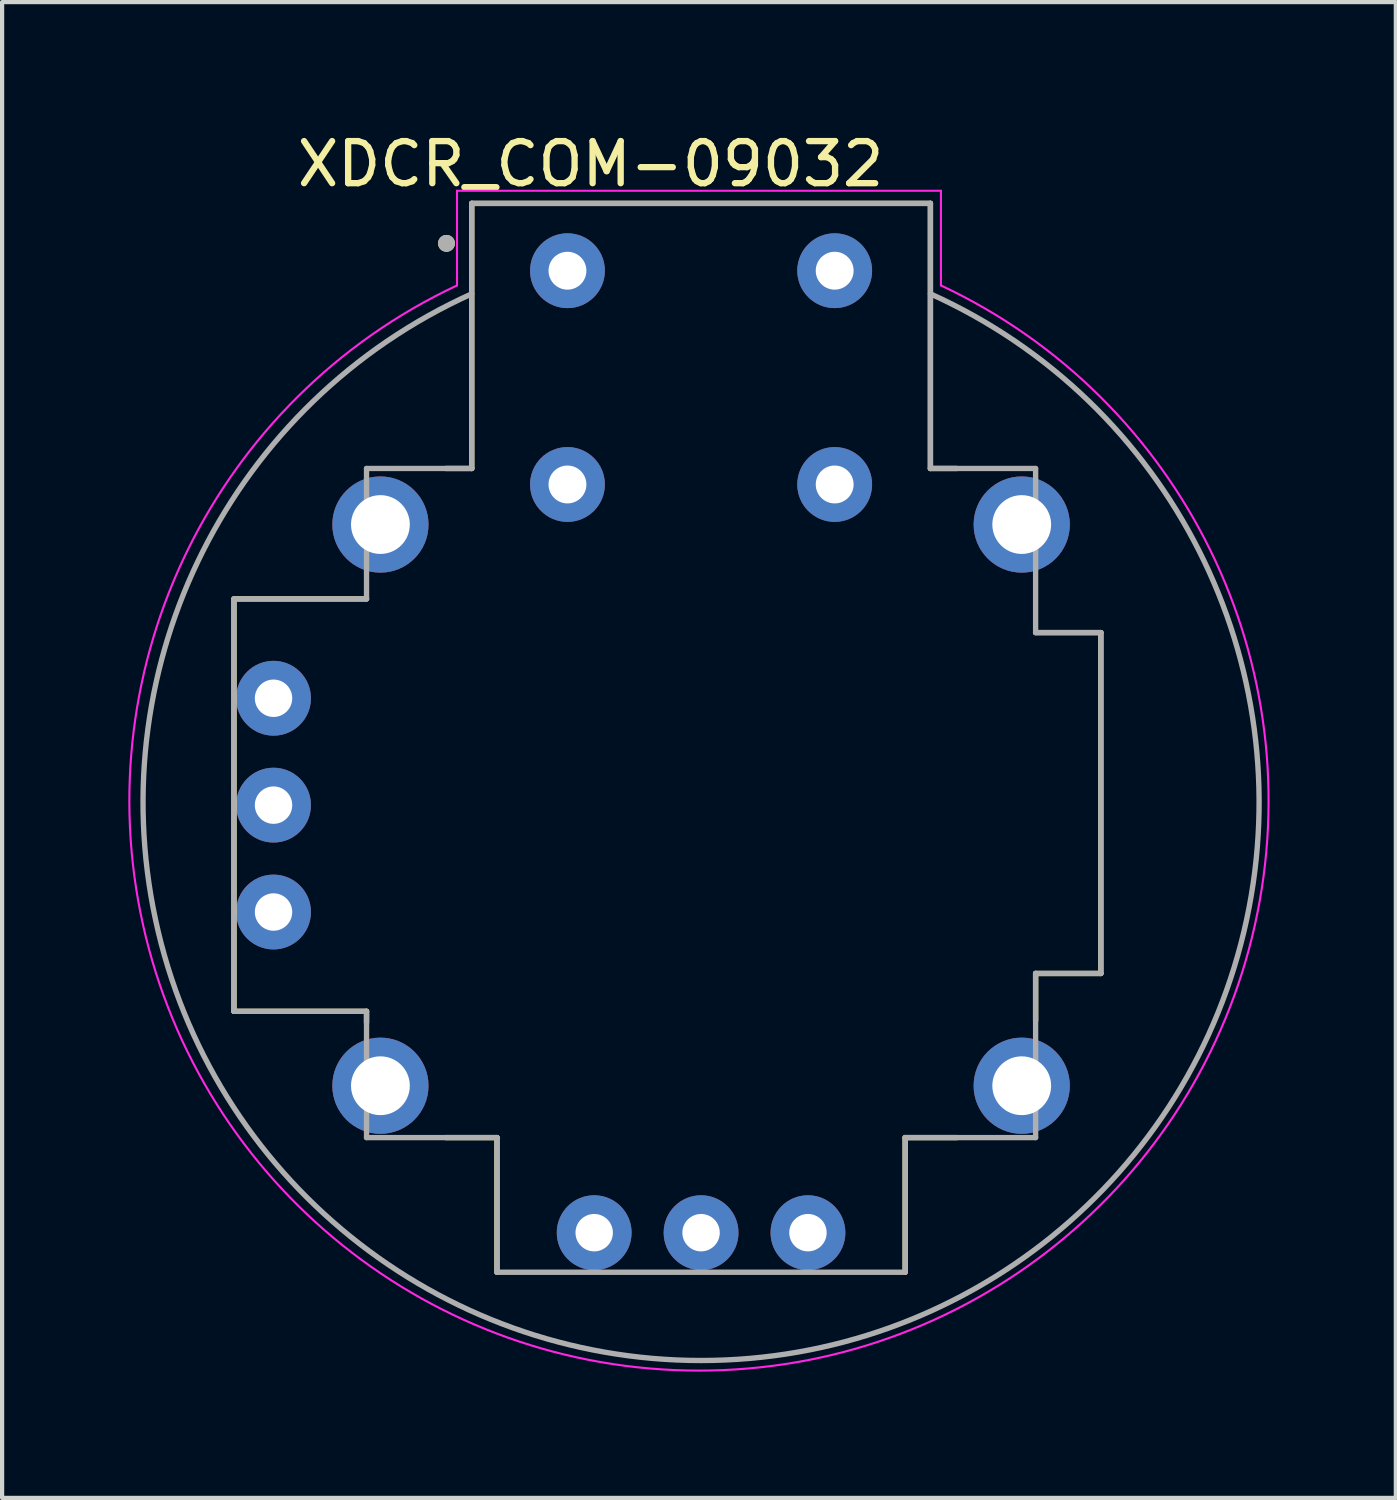
<source format=kicad_pcb>
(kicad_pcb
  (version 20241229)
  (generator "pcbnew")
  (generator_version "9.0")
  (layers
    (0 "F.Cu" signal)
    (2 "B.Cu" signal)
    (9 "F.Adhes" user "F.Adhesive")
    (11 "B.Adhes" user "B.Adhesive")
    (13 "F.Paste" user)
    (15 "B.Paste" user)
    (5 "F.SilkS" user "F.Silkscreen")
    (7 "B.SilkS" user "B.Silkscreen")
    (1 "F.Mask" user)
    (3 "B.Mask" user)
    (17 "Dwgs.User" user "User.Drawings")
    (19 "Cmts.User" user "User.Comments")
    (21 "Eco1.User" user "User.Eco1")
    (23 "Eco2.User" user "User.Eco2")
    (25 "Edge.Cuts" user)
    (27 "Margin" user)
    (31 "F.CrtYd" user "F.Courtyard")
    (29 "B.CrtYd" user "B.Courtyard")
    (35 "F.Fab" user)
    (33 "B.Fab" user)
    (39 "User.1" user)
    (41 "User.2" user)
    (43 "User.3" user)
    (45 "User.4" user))
  (footprint "XDCR_COM-09032"
    (layer "F.Cu")
    (at 13.61 16.083)
    (property "Reference" "XDCR_COM-09032" (at -2.625 -15.235 0) (layer "F.SilkS") (effects (font (size 1 1) (thickness 0.15))))
    (attr through_hole)
    (fp_line (start -11.1 -4.9) (end -7.95 -4.9) (stroke (width 0.127) (type solid)) (layer "F.SilkS"))
    (fp_line (start -11.1 4.9) (end -11.1 -4.9) (stroke (width 0.127) (type solid)) (layer "F.SilkS"))
    (fp_line (start -7.95 4.9) (end -11.1 4.9) (stroke (width 0.127) (type solid)) (layer "F.SilkS"))
    (fp_line (start -7.95 5.17) (end -7.95 4.9) (stroke (width 0.127) (type solid)) (layer "F.SilkS"))
    (fp_line (start -6.07 -8) (end -5.45 -8) (stroke (width 0.127) (type solid)) (layer "F.SilkS"))
    (fp_line (start -5.45 -14.3) (end 5.45 -14.3) (stroke (width 0.127) (type solid)) (layer "F.SilkS"))
    (fp_line (start -5.45 -8) (end -5.45 -14.3) (stroke (width 0.127) (type solid)) (layer "F.SilkS"))
    (fp_line (start -4.85 7.9) (end -6.07 7.9) (stroke (width 0.127) (type solid)) (layer "F.SilkS"))
    (fp_line (start -4.85 11.1) (end -4.85 7.9) (stroke (width 0.127) (type solid)) (layer "F.SilkS"))
    (fp_line (start 4.85 7.9) (end 4.85 11.1) (stroke (width 0.127) (type solid)) (layer "F.SilkS"))
    (fp_line (start 5.45 -14.3) (end 5.45 -8) (stroke (width 0.127) (type solid)) (layer "F.SilkS"))
    (fp_line (start 5.45 -8) (end 6.08 -8) (stroke (width 0.127) (type solid)) (layer "F.SilkS"))
    (fp_line (start 6.08 7.9) (end 4.85 7.9) (stroke (width 0.127) (type solid)) (layer "F.SilkS"))
    (fp_line (start 7.95 -4.1) (end 9.5 -4.1) (stroke (width 0.127) (type solid)) (layer "F.SilkS"))
    (fp_line (start 7.95 4) (end 7.95 5.12) (stroke (width 0.127) (type solid)) (layer "F.SilkS"))
    (fp_line (start 9.5 -4.1) (end 9.5 4) (stroke (width 0.127) (type solid)) (layer "F.SilkS"))
    (fp_line (start 9.5 4) (end 7.95 4) (stroke (width 0.127) (type solid)) (layer "F.SilkS"))
    (fp_circle (center -6.05 -13.35) (end -5.95 -13.35) (stroke (width 0.2) (type solid)) (fill no) (layer "F.SilkS"))
    (fp_line (start -5.8 -14.6) (end 5.7 -14.6) (stroke (width 0.05) (type solid)) (layer "F.CrtYd"))
    (fp_line (start -5.8 -12.35) (end -5.8 -14.6) (stroke (width 0.05) (type solid)) (layer "F.CrtYd"))
    (fp_line (start 5.7 -14.6) (end 5.7 -12.35) (stroke (width 0.05) (type solid)) (layer "F.CrtYd"))
    (fp_arc (start 5.7 -12.35) (mid -0.05 13.437438) (end -5.8 -12.35) (stroke (width 0.05) (type solid)) (layer "F.CrtYd"))
    (fp_line (start -11.1 -4.9) (end -11.1 4.9) (stroke (width 0.127) (type solid)) (layer "F.Fab"))
    (fp_line (start -7.95 -4.9) (end -11.1 -4.9) (stroke (width 0.127) (type solid)) (layer "F.Fab"))
    (fp_line (start -7.95 -4.9) (end -7.95 -8) (stroke (width 0.127) (type solid)) (layer "F.Fab"))
    (fp_line (start -7.95 4.9) (end -11.1 4.9) (stroke (width 0.127) (type solid)) (layer "F.Fab"))
    (fp_line (start -7.95 4.9) (end -7.95 7.9) (stroke (width 0.127) (type solid)) (layer "F.Fab"))
    (fp_line (start -5.45 -14.3) (end -5.45 -8) (stroke (width 0.127) (type solid)) (layer "F.Fab"))
    (fp_line (start -5.45 -8) (end -7.95 -8) (stroke (width 0.127) (type solid)) (layer "F.Fab"))
    (fp_line (start -4.85 7.9) (end -7.95 7.9) (stroke (width 0.127) (type solid)) (layer "F.Fab"))
    (fp_line (start -4.85 11.1) (end -4.85 7.9) (stroke (width 0.127) (type solid)) (layer "F.Fab"))
    (fp_line (start 4.85 7.9) (end 7.95 7.9) (stroke (width 0.127) (type solid)) (layer "F.Fab"))
    (fp_line (start 4.85 11.1) (end -4.85 11.1) (stroke (width 0.127) (type solid)) (layer "F.Fab"))
    (fp_line (start 4.85 11.1) (end 4.85 7.9) (stroke (width 0.127) (type solid)) (layer "F.Fab"))
    (fp_line (start 5.45 -14.3) (end -5.45 -14.3) (stroke (width 0.127) (type solid)) (layer "F.Fab"))
    (fp_line (start 5.45 -14.3) (end 5.45 -8) (stroke (width 0.127) (type solid)) (layer "F.Fab"))
    (fp_line (start 7.95 -8) (end 5.45 -8) (stroke (width 0.127) (type solid)) (layer "F.Fab"))
    (fp_line (start 7.95 -4.1) (end 7.95 -8) (stroke (width 0.127) (type solid)) (layer "F.Fab"))
    (fp_line (start 7.95 -4.1) (end 9.5 -4.1) (stroke (width 0.127) (type solid)) (layer "F.Fab"))
    (fp_line (start 7.95 4) (end 7.95 7.9) (stroke (width 0.127) (type solid)) (layer "F.Fab"))
    (fp_line (start 7.95 4) (end 9.5 4) (stroke (width 0.127) (type solid)) (layer "F.Fab"))
    (fp_line (start 9.5 -4.1) (end 9.5 4) (stroke (width 0.127) (type solid)) (layer "F.Fab"))
    (fp_arc (start 5.45 -12.15) (mid 0 13.197504) (end -5.45 -12.15) (stroke (width 0.127) (type solid)) (layer "F.Fab"))
    (fp_circle (center -6.05 -13.35) (end -5.95 -13.35) (stroke (width 0.2) (type solid)) (fill no) (layer "F.Fab"))
    (pad "B1A" thru_hole circle (at -3.175 -12.7) (size 1.778 1.778) (drill 0.9) (layers "*.Cu" "*.Mask"))
    (pad "B1B" thru_hole circle (at 3.175 -12.7) (size 1.778 1.778) (drill 0.9) (layers "*.Cu" "*.Mask"))
    (pad "B2A" thru_hole circle (at -3.175 -7.62) (size 1.778 1.778) (drill 0.9) (layers "*.Cu" "*.Mask"))
    (pad "B2B" thru_hole circle (at 3.175 -7.62) (size 1.778 1.778) (drill 0.9) (layers "*.Cu" "*.Mask"))
    (pad "H1" thru_hole circle (at -2.54 10.16) (size 1.778 1.778) (drill 0.889) (layers "*.Cu" "*.Mask"))
    (pad "H2" thru_hole circle (at 0 10.16) (size 1.778 1.778) (drill 0.889) (layers "*.Cu" "*.Mask"))
    (pad "H3" thru_hole circle (at 2.54 10.16) (size 1.778 1.778) (drill 0.889) (layers "*.Cu" "*.Mask"))
    (pad "S1" thru_hole circle (at -7.62 -6.668) (size 2.286 2.286) (drill 1.397) (layers "*.Cu" "*.Mask"))
    (pad "S2" thru_hole circle (at -7.62 6.668) (size 2.286 2.286) (drill 1.397) (layers "*.Cu" "*.Mask"))
    (pad "S3" thru_hole circle (at 7.62 6.668) (size 2.286 2.286) (drill 1.397) (layers "*.Cu" "*.Mask"))
    (pad "S4" thru_hole circle (at 7.62 -6.668) (size 2.286 2.286) (drill 1.397) (layers "*.Cu" "*.Mask"))
    (pad "V1" thru_hole circle (at -10.16 -2.54) (size 1.778 1.778) (drill 0.889) (layers "*.Cu" "*.Mask"))
    (pad "V2" thru_hole circle (at -10.16 0) (size 1.778 1.778) (drill 0.889) (layers "*.Cu" "*.Mask"))
    (pad "V3" thru_hole circle (at -10.16 2.54) (size 1.778 1.778) (drill 0.889) (layers "*.Cu" "*.Mask")))
  (gr_rect
    (start -3 -3)
    (end 30.12 32.546)
    (stroke (width 0.1) (type default))
    (fill no)
    (layer "Edge.Cuts")))
</source>
